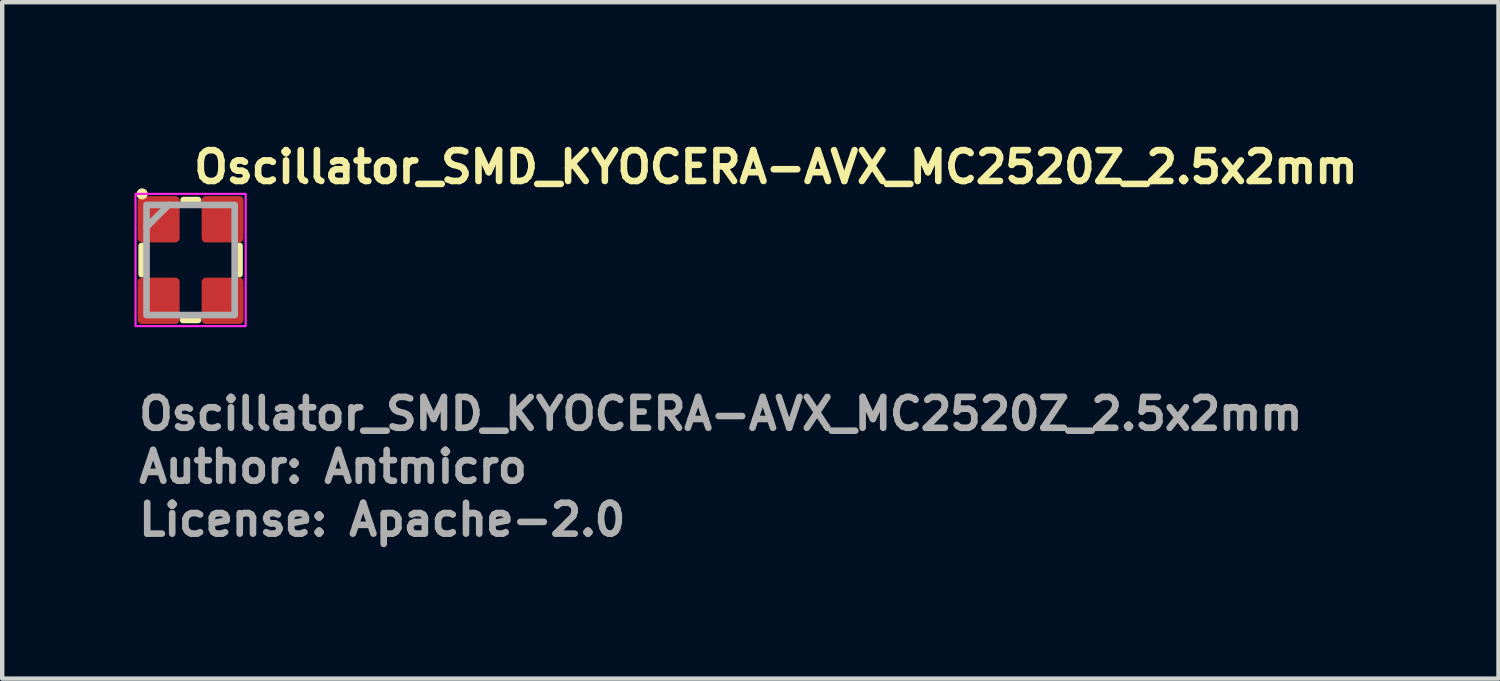
<source format=kicad_pcb>
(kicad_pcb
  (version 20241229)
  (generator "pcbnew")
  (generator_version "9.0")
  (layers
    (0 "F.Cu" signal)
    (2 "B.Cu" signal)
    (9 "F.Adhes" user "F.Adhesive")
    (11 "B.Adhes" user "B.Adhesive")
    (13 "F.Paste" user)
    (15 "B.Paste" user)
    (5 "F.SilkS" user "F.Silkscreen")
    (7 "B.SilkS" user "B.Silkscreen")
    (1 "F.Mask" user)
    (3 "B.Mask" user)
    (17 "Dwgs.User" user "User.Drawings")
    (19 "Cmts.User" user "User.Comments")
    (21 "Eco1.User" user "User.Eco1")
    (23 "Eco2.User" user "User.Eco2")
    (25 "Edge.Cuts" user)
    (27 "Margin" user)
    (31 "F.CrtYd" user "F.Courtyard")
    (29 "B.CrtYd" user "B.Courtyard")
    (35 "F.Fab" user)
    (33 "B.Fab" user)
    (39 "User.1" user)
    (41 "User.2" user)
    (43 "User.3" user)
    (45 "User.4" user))
  (footprint "Oscillator_SMD_KYOCERA-AVX_MC2520Z_2.5x2mm"
    (layer "F.Cu")
    (at 1.275 2.85)
    (property "Reference" "Oscillator_SMD_KYOCERA-AVX_MC2520Z_2.5x2mm" (at 0 -1.7 0) (layer "F.SilkS") (effects (font (size 0.7 0.7) (thickness 0.15)) (justify left bottom)))
    (attr smd)
    (fp_line (start -1.111 0.32) (end -1.111 -0.32) (stroke (width 0.15) (type solid)) (layer "F.SilkS"))
    (fp_line (start -0.172 1.36) (end 0.17 1.36) (stroke (width 0.15) (type solid)) (layer "F.SilkS"))
    (fp_line (start -0.16 -1.361) (end 0.17 -1.361) (stroke (width 0.15) (type solid)) (layer "F.SilkS"))
    (fp_line (start 1.11 0.32) (end 1.11 -0.32) (stroke (width 0.15) (type solid)) (layer "F.SilkS"))
    (fp_circle (center -1.1 -1.5) (end -1.049 -1.5) (stroke (width 0.15) (type solid)) (fill yes) (layer "F.SilkS"))
    (fp_rect (start -1.25 -1.5) (end 1.25 1.5) (stroke (width 0.05) (type solid)) (fill no) (layer "F.CrtYd"))
    (fp_line (start -1 -0.75) (end -0.5 -1.25) (stroke (width 0.15) (type solid)) (layer "F.Fab"))
    (fp_rect (start 1 1.249) (end -1 -1.25) (stroke (width 0.15) (type solid)) (fill no) (layer "F.Fab"))
    (fp_rect (start -1 -1.25) (end 0.998 1.249) (stroke (width 0.1) (type solid)) (fill no) (layer "User.5"))
    (fp_line (start -1 -1.151) (end -1 -0.202) (stroke (width 0.02) (type solid)) (layer "User.9"))
    (fp_line (start -1 -1.151) (end -0.996 -1.151) (stroke (width 0.02) (type solid)) (layer "User.9"))
    (fp_line (start -1 0.2) (end -1 1.148) (stroke (width 0.02) (type solid)) (layer "User.9"))
    (fp_line (start -1 0.2) (end -0.951 0.2) (stroke (width 0.02) (type solid)) (layer "User.9"))
    (fp_line (start -0.996 -1.151) (end -0.991 -1.151) (stroke (width 0.02) (type solid)) (layer "User.9"))
    (fp_line (start -0.996 1.15) (end -1 1.148) (stroke (width 0.02) (type solid)) (layer "User.9"))
    (fp_line (start -0.991 -1.151) (end -0.986 -1.153) (stroke (width 0.02) (type solid)) (layer "User.9"))
    (fp_line (start -0.991 1.15) (end -0.996 1.15) (stroke (width 0.02) (type solid)) (layer "User.9"))
    (fp_line (start -0.986 -1.153) (end -0.981 -1.153) (stroke (width 0.02) (type solid)) (layer "User.9"))
    (fp_line (start -0.986 1.15) (end -0.991 1.15) (stroke (width 0.02) (type solid)) (layer "User.9"))
    (fp_line (start -0.981 -1.153) (end -0.976 -1.154) (stroke (width 0.02) (type solid)) (layer "User.9"))
    (fp_line (start -0.981 1.15) (end -0.986 1.15) (stroke (width 0.02) (type solid)) (layer "User.9"))
    (fp_line (start -0.976 -1.154) (end -0.971 -1.156) (stroke (width 0.02) (type solid)) (layer "User.9"))
    (fp_line (start -0.976 1.153) (end -0.981 1.15) (stroke (width 0.02) (type solid)) (layer "User.9"))
    (fp_line (start -0.971 -1.156) (end -0.967 -1.156) (stroke (width 0.02) (type solid)) (layer "User.9"))
    (fp_line (start -0.971 1.153) (end -0.976 1.153) (stroke (width 0.02) (type solid)) (layer "User.9"))
    (fp_line (start -0.967 -1.156) (end -0.962 -1.158) (stroke (width 0.02) (type solid)) (layer "User.9"))
    (fp_line (start -0.967 1.155) (end -0.971 1.153) (stroke (width 0.02) (type solid)) (layer "User.9"))
    (fp_line (start -0.962 -1.158) (end -0.959 -1.16) (stroke (width 0.02) (type solid)) (layer "User.9"))
    (fp_line (start -0.962 1.157) (end -0.967 1.155) (stroke (width 0.02) (type solid)) (layer "User.9"))
    (fp_line (start -0.959 -1.16) (end -0.954 -1.162) (stroke (width 0.02) (type solid)) (layer "User.9"))
    (fp_line (start -0.959 1.159) (end -0.962 1.157) (stroke (width 0.02) (type solid)) (layer "User.9"))
    (fp_line (start -0.954 -1.162) (end -0.95 -1.166) (stroke (width 0.02) (type solid)) (layer "User.9"))
    (fp_line (start -0.954 1.161) (end -0.959 1.159) (stroke (width 0.02) (type solid)) (layer "User.9"))
    (fp_line (start -0.951 -1.065) (end -0.95 -1.073) (stroke (width 0.02) (type solid)) (layer "User.9"))
    (fp_line (start -0.951 -1.059) (end -0.951 -1.065) (stroke (width 0.02) (type solid)) (layer "User.9"))
    (fp_line (start -0.951 -1.051) (end -0.951 -1.059) (stroke (width 0.02) (type solid)) (layer "User.9"))
    (fp_line (start -0.951 -0.202) (end -1 -0.202) (stroke (width 0.02) (type solid)) (layer "User.9"))
    (fp_line (start -0.951 1.05) (end -0.951 -1.051) (stroke (width 0.02) (type solid)) (layer "User.9"))
    (fp_line (start -0.951 1.056) (end -0.951 1.05) (stroke (width 0.02) (type solid)) (layer "User.9"))
    (fp_line (start -0.951 1.064) (end -0.951 1.056) (stroke (width 0.02) (type solid)) (layer "User.9"))
    (fp_line (start -0.95 -1.166) (end -0.946 -1.168) (stroke (width 0.02) (type solid)) (layer "User.9"))
    (fp_line (start -0.95 -1.073) (end -0.949 -1.081) (stroke (width 0.02) (type solid)) (layer "User.9"))
    (fp_line (start -0.95 1.072) (end -0.951 1.064) (stroke (width 0.02) (type solid)) (layer "User.9"))
    (fp_line (start -0.95 1.163) (end -0.954 1.161) (stroke (width 0.02) (type solid)) (layer "User.9"))
    (fp_line (start -0.949 -1.081) (end -0.947 -1.087) (stroke (width 0.02) (type solid)) (layer "User.9"))
    (fp_line (start -0.949 1.078) (end -0.95 1.072) (stroke (width 0.02) (type solid)) (layer "User.9"))
    (fp_line (start -0.947 -1.087) (end -0.945 -1.095) (stroke (width 0.02) (type solid)) (layer "User.9"))
    (fp_line (start -0.947 1.086) (end -0.949 1.078) (stroke (width 0.02) (type solid)) (layer "User.9"))
    (fp_line (start -0.946 -1.168) (end -0.942 -1.17) (stroke (width 0.02) (type solid)) (layer "User.9"))
    (fp_line (start -0.946 1.165) (end -0.95 1.163) (stroke (width 0.02) (type solid)) (layer "User.9"))
    (fp_line (start -0.945 -1.095) (end -0.943 -1.101) (stroke (width 0.02) (type solid)) (layer "User.9"))
    (fp_line (start -0.945 1.092) (end -0.947 1.086) (stroke (width 0.02) (type solid)) (layer "User.9"))
    (fp_line (start -0.943 -1.101) (end -0.94 -1.109) (stroke (width 0.02) (type solid)) (layer "User.9"))
    (fp_line (start -0.943 1.1) (end -0.945 1.092) (stroke (width 0.02) (type solid)) (layer "User.9"))
    (fp_line (start -0.942 -1.17) (end -0.938 -1.174) (stroke (width 0.02) (type solid)) (layer "User.9"))
    (fp_line (start -0.942 1.169) (end -0.946 1.165) (stroke (width 0.02) (type solid)) (layer "User.9"))
    (fp_line (start -0.94 -1.109) (end -0.937 -1.115) (stroke (width 0.02) (type solid)) (layer "User.9"))
    (fp_line (start -0.94 1.106) (end -0.943 1.1) (stroke (width 0.02) (type solid)) (layer "User.9"))
    (fp_line (start -0.938 -1.174) (end -0.934 -1.176) (stroke (width 0.02) (type solid)) (layer "User.9"))
    (fp_line (start -0.938 1.171) (end -0.942 1.169) (stroke (width 0.02) (type solid)) (layer "User.9"))
    (fp_line (start -0.937 -1.115) (end -0.934 -1.121) (stroke (width 0.02) (type solid)) (layer "User.9"))
    (fp_line (start -0.937 1.114) (end -0.94 1.106) (stroke (width 0.02) (type solid)) (layer "User.9"))
    (fp_line (start -0.934 -1.176) (end -0.931 -1.18) (stroke (width 0.02) (type solid)) (layer "User.9"))
    (fp_line (start -0.934 -1.121) (end -0.93 -1.129) (stroke (width 0.02) (type solid)) (layer "User.9"))
    (fp_line (start -0.934 1.12) (end -0.937 1.114) (stroke (width 0.02) (type solid)) (layer "User.9"))
    (fp_line (start -0.934 1.175) (end -0.938 1.171) (stroke (width 0.02) (type solid)) (layer "User.9"))
    (fp_line (start -0.931 -1.18) (end -0.931 -1.18) (stroke (width 0.02) (type solid)) (layer "User.9"))
    (fp_line (start -0.931 -1.18) (end -0.927 -1.184) (stroke (width 0.02) (type solid)) (layer "User.9"))
    (fp_line (start -0.931 1.179) (end -0.934 1.175) (stroke (width 0.02) (type solid)) (layer "User.9"))
    (fp_line (start -0.931 1.179) (end -0.931 1.179) (stroke (width 0.02) (type solid)) (layer "User.9"))
    (fp_line (start -0.93 -1.129) (end -0.926 -1.135) (stroke (width 0.02) (type solid)) (layer "User.9"))
    (fp_line (start -0.93 1.126) (end -0.934 1.12) (stroke (width 0.02) (type solid)) (layer "User.9"))
    (fp_line (start -0.927 -1.184) (end -0.924 -1.188) (stroke (width 0.02) (type solid)) (layer "User.9"))
    (fp_line (start -0.927 1.181) (end -0.931 1.179) (stroke (width 0.02) (type solid)) (layer "User.9"))
    (fp_line (start -0.926 -1.135) (end -0.922 -1.141) (stroke (width 0.02) (type solid)) (layer "User.9"))
    (fp_line (start -0.926 1.132) (end -0.93 1.126) (stroke (width 0.02) (type solid)) (layer "User.9"))
    (fp_line (start -0.924 -1.188) (end -0.921 -1.192) (stroke (width 0.02) (type solid)) (layer "User.9"))
    (fp_line (start -0.924 1.185) (end -0.927 1.181) (stroke (width 0.02) (type solid)) (layer "User.9"))
    (fp_line (start -0.922 -1.141) (end -0.918 -1.147) (stroke (width 0.02) (type solid)) (layer "User.9"))
    (fp_line (start -0.922 1.138) (end -0.926 1.132) (stroke (width 0.02) (type solid)) (layer "User.9"))
    (fp_line (start -0.921 -1.192) (end -0.918 -1.196) (stroke (width 0.02) (type solid)) (layer "User.9"))
    (fp_line (start -0.921 1.189) (end -0.924 1.185) (stroke (width 0.02) (type solid)) (layer "User.9"))
    (fp_line (start -0.918 -1.196) (end -0.916 -1.2) (stroke (width 0.02) (type solid)) (layer "User.9"))
    (fp_line (start -0.918 -1.147) (end -0.913 -1.151) (stroke (width 0.02) (type solid)) (layer "User.9"))
    (fp_line (start -0.918 1.144) (end -0.922 1.138) (stroke (width 0.02) (type solid)) (layer "User.9"))
    (fp_line (start -0.918 1.193) (end -0.921 1.189) (stroke (width 0.02) (type solid)) (layer "User.9"))
    (fp_line (start -0.916 -1.2) (end -0.913 -1.204) (stroke (width 0.02) (type solid)) (layer "User.9"))
    (fp_line (start -0.916 1.197) (end -0.918 1.193) (stroke (width 0.02) (type solid)) (layer "User.9"))
    (fp_line (start -0.913 -1.204) (end -0.911 -1.208) (stroke (width 0.02) (type solid)) (layer "User.9"))
    (fp_line (start -0.913 -1.151) (end -0.908 -1.158) (stroke (width 0.02) (type solid)) (layer "User.9"))
    (fp_line (start -0.913 1.15) (end -0.918 1.144) (stroke (width 0.02) (type solid)) (layer "User.9"))
    (fp_line (start -0.913 1.201) (end -0.916 1.197) (stroke (width 0.02) (type solid)) (layer "User.9"))
    (fp_line (start -0.911 -1.208) (end -0.909 -1.212) (stroke (width 0.02) (type solid)) (layer "User.9"))
    (fp_line (start -0.911 1.207) (end -0.913 1.201) (stroke (width 0.02) (type solid)) (layer "User.9"))
    (fp_line (start -0.909 -1.212) (end -0.907 -1.218) (stroke (width 0.02) (type solid)) (layer "User.9"))
    (fp_line (start -0.909 1.211) (end -0.911 1.207) (stroke (width 0.02) (type solid)) (layer "User.9"))
    (fp_line (start -0.908 -1.158) (end -0.908 -1.158) (stroke (width 0.02) (type solid)) (layer "User.9"))
    (fp_line (start -0.908 -1.158) (end -0.902 -1.162) (stroke (width 0.02) (type solid)) (layer "User.9"))
    (fp_line (start -0.908 1.155) (end -0.913 1.15) (stroke (width 0.02) (type solid)) (layer "User.9"))
    (fp_line (start -0.908 1.155) (end -0.908 1.155) (stroke (width 0.02) (type solid)) (layer "User.9"))
    (fp_line (start -0.907 -1.218) (end -0.906 -1.222) (stroke (width 0.02) (type solid)) (layer "User.9"))
    (fp_line (start -0.907 1.215) (end -0.909 1.211) (stroke (width 0.02) (type solid)) (layer "User.9"))
    (fp_line (start -0.906 -1.222) (end -0.905 -1.226) (stroke (width 0.02) (type solid)) (layer "User.9"))
    (fp_line (start -0.906 1.219) (end -0.907 1.215) (stroke (width 0.02) (type solid)) (layer "User.9"))
    (fp_line (start -0.905 -1.226) (end -0.903 -1.232) (stroke (width 0.02) (type solid)) (layer "User.9"))
    (fp_line (start -0.905 1.225) (end -0.906 1.219) (stroke (width 0.02) (type solid)) (layer "User.9"))
    (fp_line (start -0.903 -1.236) (end -0.902 -1.242) (stroke (width 0.02) (type solid)) (layer "User.9"))
    (fp_line (start -0.903 -1.232) (end -0.903 -1.236) (stroke (width 0.02) (type solid)) (layer "User.9"))
    (fp_line (start -0.903 1.229) (end -0.905 1.225) (stroke (width 0.02) (type solid)) (layer "User.9"))
    (fp_line (start -0.903 1.235) (end -0.903 1.229) (stroke (width 0.02) (type solid)) (layer "User.9"))
    (fp_line (start -0.902 -1.246) (end -0.902 -1.25) (stroke (width 0.02) (type solid)) (layer "User.9"))
    (fp_line (start -0.902 -1.242) (end -0.902 -1.246) (stroke (width 0.02) (type solid)) (layer "User.9"))
    (fp_line (start -0.902 -1.162) (end -0.896 -1.168) (stroke (width 0.02) (type solid)) (layer "User.9"))
    (fp_line (start -0.902 -1.051) (end -0.902 1.05) (stroke (width 0.02) (type solid)) (layer "User.9"))
    (fp_line (start -0.902 1.05) (end -0.901 1.054) (stroke (width 0.02) (type solid)) (layer "User.9"))
    (fp_line (start -0.902 1.161) (end -0.908 1.155) (stroke (width 0.02) (type solid)) (layer "User.9"))
    (fp_line (start -0.902 1.239) (end -0.903 1.235) (stroke (width 0.02) (type solid)) (layer "User.9"))
    (fp_line (start -0.902 1.245) (end -0.902 1.239) (stroke (width 0.02) (type solid)) (layer "User.9"))
    (fp_line (start -0.902 1.249) (end -0.902 1.245) (stroke (width 0.02) (type solid)) (layer "User.9"))
    (fp_line (start -0.902 1.249) (end 0.9 1.249) (stroke (width 0.02) (type solid)) (layer "User.9"))
    (fp_line (start -0.901 -1.061) (end -0.901 -1.057) (stroke (width 0.02) (type solid)) (layer "User.9"))
    (fp_line (start -0.901 -1.057) (end -0.902 -1.051) (stroke (width 0.02) (type solid)) (layer "User.9"))
    (fp_line (start -0.901 1.054) (end -0.901 1.06) (stroke (width 0.02) (type solid)) (layer "User.9"))
    (fp_line (start -0.901 1.06) (end -0.9 1.064) (stroke (width 0.02) (type solid)) (layer "User.9"))
    (fp_line (start -0.9 -1.067) (end -0.901 -1.061) (stroke (width 0.02) (type solid)) (layer "User.9"))
    (fp_line (start -0.9 1.064) (end -0.899 1.07) (stroke (width 0.02) (type solid)) (layer "User.9"))
    (fp_line (start -0.899 -1.071) (end -0.9 -1.067) (stroke (width 0.02) (type solid)) (layer "User.9"))
    (fp_line (start -0.899 1.07) (end -0.898 1.074) (stroke (width 0.02) (type solid)) (layer "User.9"))
    (fp_line (start -0.898 -1.075) (end -0.899 -1.071) (stroke (width 0.02) (type solid)) (layer "User.9"))
    (fp_line (start -0.898 1.074) (end -0.896 1.078) (stroke (width 0.02) (type solid)) (layer "User.9"))
    (fp_line (start -0.896 -1.168) (end -0.89 -1.172) (stroke (width 0.02) (type solid)) (layer "User.9"))
    (fp_line (start -0.896 -1.081) (end -0.898 -1.075) (stroke (width 0.02) (type solid)) (layer "User.9"))
    (fp_line (start -0.896 1.078) (end -0.894 1.084) (stroke (width 0.02) (type solid)) (layer "User.9"))
    (fp_line (start -0.896 1.165) (end -0.902 1.161) (stroke (width 0.02) (type solid)) (layer "User.9"))
    (fp_line (start -0.894 -1.085) (end -0.896 -1.081) (stroke (width 0.02) (type solid)) (layer "User.9"))
    (fp_line (start -0.894 1.084) (end -0.893 1.088) (stroke (width 0.02) (type solid)) (layer "User.9"))
    (fp_line (start -0.893 -1.089) (end -0.894 -1.085) (stroke (width 0.02) (type solid)) (layer "User.9"))
    (fp_line (start -0.893 1.088) (end -0.891 1.092) (stroke (width 0.02) (type solid)) (layer "User.9"))
    (fp_line (start -0.891 -1.095) (end -0.893 -1.089) (stroke (width 0.02) (type solid)) (layer "User.9"))
    (fp_line (start -0.891 1.092) (end -0.888 1.096) (stroke (width 0.02) (type solid)) (layer "User.9"))
    (fp_line (start -0.89 -1.172) (end -0.884 -1.176) (stroke (width 0.02) (type solid)) (layer "User.9"))
    (fp_line (start -0.89 1.169) (end -0.896 1.165) (stroke (width 0.02) (type solid)) (layer "User.9"))
    (fp_line (start -0.888 -1.099) (end -0.891 -1.095) (stroke (width 0.02) (type solid)) (layer "User.9"))
    (fp_line (start -0.888 1.096) (end -0.886 1.1) (stroke (width 0.02) (type solid)) (layer "User.9"))
    (fp_line (start -0.886 -1.103) (end -0.888 -1.099) (stroke (width 0.02) (type solid)) (layer "User.9"))
    (fp_line (start -0.886 1.1) (end -0.883 1.104) (stroke (width 0.02) (type solid)) (layer "User.9"))
    (fp_line (start -0.884 -1.176) (end -0.878 -1.18) (stroke (width 0.02) (type solid)) (layer "User.9"))
    (fp_line (start -0.884 1.173) (end -0.89 1.169) (stroke (width 0.02) (type solid)) (layer "User.9"))
    (fp_line (start -0.883 -1.107) (end -0.886 -1.103) (stroke (width 0.02) (type solid)) (layer "User.9"))
    (fp_line (start -0.883 1.104) (end -0.881 1.108) (stroke (width 0.02) (type solid)) (layer "User.9"))
    (fp_line (start -0.881 -1.111) (end -0.883 -1.107) (stroke (width 0.02) (type solid)) (layer "User.9"))
    (fp_line (start -0.881 1.108) (end -0.878 1.112) (stroke (width 0.02) (type solid)) (layer "User.9"))
    (fp_line (start -0.878 -1.18) (end -0.871 -1.184) (stroke (width 0.02) (type solid)) (layer "User.9"))
    (fp_line (start -0.878 -1.115) (end -0.881 -1.111) (stroke (width 0.02) (type solid)) (layer "User.9"))
    (fp_line (start -0.878 1.112) (end -0.875 1.116) (stroke (width 0.02) (type solid)) (layer "User.9"))
    (fp_line (start -0.878 1.177) (end -0.884 1.173) (stroke (width 0.02) (type solid)) (layer "User.9"))
    (fp_line (start -0.875 -1.119) (end -0.878 -1.115) (stroke (width 0.02) (type solid)) (layer "User.9"))
    (fp_line (start -0.875 1.116) (end -0.871 1.12) (stroke (width 0.02) (type solid)) (layer "User.9"))
    (fp_line (start -0.871 -1.184) (end -0.865 -1.186) (stroke (width 0.02) (type solid)) (layer "User.9"))
    (fp_line (start -0.871 -1.121) (end -0.875 -1.119) (stroke (width 0.02) (type solid)) (layer "User.9"))
    (fp_line (start -0.871 1.12) (end -0.868 1.124) (stroke (width 0.02) (type solid)) (layer "User.9"))
    (fp_line (start -0.871 1.181) (end -0.878 1.177) (stroke (width 0.02) (type solid)) (layer "User.9"))
    (fp_line (start -0.868 -1.125) (end -0.871 -1.121) (stroke (width 0.02) (type solid)) (layer "User.9"))
    (fp_line (start -0.868 1.124) (end -0.864 1.126) (stroke (width 0.02) (type solid)) (layer "User.9"))
    (fp_line (start -0.865 -1.186) (end -0.858 -1.19) (stroke (width 0.02) (type solid)) (layer "User.9"))
    (fp_line (start -0.865 1.185) (end -0.871 1.181) (stroke (width 0.02) (type solid)) (layer "User.9"))
    (fp_line (start -0.864 -1.129) (end -0.868 -1.125) (stroke (width 0.02) (type solid)) (layer "User.9"))
    (fp_line (start -0.864 1.126) (end -0.86 1.13) (stroke (width 0.02) (type solid)) (layer "User.9"))
    (fp_line (start -0.86 -1.131) (end -0.864 -1.129) (stroke (width 0.02) (type solid)) (layer "User.9"))
    (fp_line (start -0.86 1.13) (end -0.856 1.132) (stroke (width 0.02) (type solid)) (layer "User.9"))
    (fp_line (start -0.858 -1.19) (end -0.851 -1.192) (stroke (width 0.02) (type solid)) (layer "User.9"))
    (fp_line (start -0.858 1.187) (end -0.865 1.185) (stroke (width 0.02) (type solid)) (layer "User.9"))
    (fp_line (start -0.856 -1.133) (end -0.86 -1.131) (stroke (width 0.02) (type solid)) (layer "User.9"))
    (fp_line (start -0.856 1.132) (end -0.852 1.134) (stroke (width 0.02) (type solid)) (layer "User.9"))
    (fp_line (start -0.852 -1.137) (end -0.856 -1.133) (stroke (width 0.02) (type solid)) (layer "User.9"))
    (fp_line (start -0.852 1.134) (end -0.848 1.136) (stroke (width 0.02) (type solid)) (layer "User.9"))
    (fp_line (start -0.851 -1.192) (end -0.844 -1.194) (stroke (width 0.02) (type solid)) (layer "User.9"))
    (fp_line (start -0.851 1.191) (end -0.858 1.187) (stroke (width 0.02) (type solid)) (layer "User.9"))
    (fp_line (start -0.848 -1.139) (end -0.852 -1.137) (stroke (width 0.02) (type solid)) (layer "User.9"))
    (fp_line (start -0.848 1.136) (end -0.844 1.14) (stroke (width 0.02) (type solid)) (layer "User.9"))
    (fp_line (start -0.844 -1.194) (end -0.837 -1.196) (stroke (width 0.02) (type solid)) (layer "User.9"))
    (fp_line (start -0.844 -1.141) (end -0.848 -1.139) (stroke (width 0.02) (type solid)) (layer "User.9"))
    (fp_line (start -0.844 1.14) (end -0.839 1.142) (stroke (width 0.02) (type solid)) (layer "User.9"))
    (fp_line (start -0.844 1.193) (end -0.851 1.191) (stroke (width 0.02) (type solid)) (layer "User.9"))
    (fp_line (start -0.839 -1.143) (end -0.844 -1.141) (stroke (width 0.02) (type solid)) (layer "User.9"))
    (fp_line (start -0.839 1.142) (end -0.835 1.142) (stroke (width 0.02) (type solid)) (layer "User.9"))
    (fp_line (start -0.837 -1.196) (end -0.831 -1.198) (stroke (width 0.02) (type solid)) (layer "User.9"))
    (fp_line (start -0.837 1.195) (end -0.844 1.193) (stroke (width 0.02) (type solid)) (layer "User.9"))
    (fp_line (start -0.835 -1.145) (end -0.839 -1.143) (stroke (width 0.02) (type solid)) (layer "User.9"))
    (fp_line (start -0.835 1.142) (end -0.831 1.144) (stroke (width 0.02) (type solid)) (layer "User.9"))
    (fp_line (start -0.831 -1.198) (end -0.824 -1.2) (stroke (width 0.02) (type solid)) (layer "User.9"))
    (fp_line (start -0.831 -1.147) (end -0.835 -1.145) (stroke (width 0.02) (type solid)) (layer "User.9"))
    (fp_line (start -0.831 1.144) (end -0.826 1.146) (stroke (width 0.02) (type solid)) (layer "User.9"))
    (fp_line (start -0.831 1.197) (end -0.837 1.195) (stroke (width 0.02) (type solid)) (layer "User.9"))
    (fp_line (start -0.826 -1.147) (end -0.831 -1.147) (stroke (width 0.02) (type solid)) (layer "User.9"))
    (fp_line (start -0.826 1.146) (end -0.822 1.146) (stroke (width 0.02) (type solid)) (layer "User.9"))
    (fp_line (start -0.824 -1.2) (end -0.816 -1.2) (stroke (width 0.02) (type solid)) (layer "User.9"))
    (fp_line (start -0.824 1.197) (end -0.831 1.197) (stroke (width 0.02) (type solid)) (layer "User.9"))
    (fp_line (start -0.822 -1.149) (end -0.826 -1.147) (stroke (width 0.02) (type solid)) (layer "User.9"))
    (fp_line (start -0.822 1.146) (end -0.817 1.148) (stroke (width 0.02) (type solid)) (layer "User.9"))
    (fp_line (start -0.817 -1.149) (end -0.822 -1.149) (stroke (width 0.02) (type solid)) (layer "User.9"))
    (fp_line (start -0.817 1.148) (end -0.812 1.148) (stroke (width 0.02) (type solid)) (layer "User.9"))
    (fp_line (start -0.816 -1.2) (end -0.809 -1.2) (stroke (width 0.02) (type solid)) (layer "User.9"))
    (fp_line (start -0.816 1.199) (end -0.824 1.197) (stroke (width 0.02) (type solid)) (layer "User.9"))
    (fp_line (start -0.812 -1.151) (end -0.817 -1.149) (stroke (width 0.02) (type solid)) (layer "User.9"))
    (fp_line (start -0.812 1.148) (end -0.807 1.148) (stroke (width 0.02) (type solid)) (layer "User.9"))
    (fp_line (start -0.809 -1.2) (end -0.802 -1.2) (stroke (width 0.02) (type solid)) (layer "User.9"))
    (fp_line (start -0.809 1.199) (end -0.816 1.199) (stroke (width 0.02) (type solid)) (layer "User.9"))
    (fp_line (start -0.807 -1.151) (end -0.812 -1.151) (stroke (width 0.02) (type solid)) (layer "User.9"))
    (fp_line (start -0.807 1.148) (end -0.802 1.148) (stroke (width 0.02) (type solid)) (layer "User.9"))
    (fp_line (start -0.802 -1.2) (end 0.8 -1.2) (stroke (width 0.02) (type solid)) (layer "User.9"))
    (fp_line (start -0.802 -1.151) (end -0.807 -1.151) (stroke (width 0.02) (type solid)) (layer "User.9"))
    (fp_line (start -0.802 1.148) (end 0.8 1.148) (stroke (width 0.02) (type solid)) (layer "User.9"))
    (fp_line (start -0.802 1.199) (end -0.809 1.199) (stroke (width 0.02) (type solid)) (layer "User.9"))
    (fp_line (start 0.8 -1.2) (end 0.807 -1.2) (stroke (width 0.02) (type solid)) (layer "User.9"))
    (fp_line (start 0.8 -1.151) (end -0.802 -1.151) (stroke (width 0.02) (type solid)) (layer "User.9"))
    (fp_line (start 0.8 1.148) (end 0.805 1.148) (stroke (width 0.02) (type solid)) (layer "User.9"))
    (fp_line (start 0.8 1.199) (end -0.802 1.199) (stroke (width 0.02) (type solid)) (layer "User.9"))
    (fp_line (start 0.805 -1.151) (end 0.8 -1.151) (stroke (width 0.02) (type solid)) (layer "User.9"))
    (fp_line (start 0.805 1.148) (end 0.81 1.148) (stroke (width 0.02) (type solid)) (layer "User.9"))
    (fp_line (start 0.807 -1.2) (end 0.814 -1.2) (stroke (width 0.02) (type solid)) (layer "User.9"))
    (fp_line (start 0.807 1.199) (end 0.8 1.199) (stroke (width 0.02) (type solid)) (layer "User.9"))
    (fp_line (start 0.81 -1.151) (end 0.805 -1.151) (stroke (width 0.02) (type solid)) (layer "User.9"))
    (fp_line (start 0.81 1.148) (end 0.815 1.148) (stroke (width 0.02) (type solid)) (layer "User.9"))
    (fp_line (start 0.814 -1.2) (end 0.822 -1.2) (stroke (width 0.02) (type solid)) (layer "User.9"))
    (fp_line (start 0.814 1.199) (end 0.807 1.199) (stroke (width 0.02) (type solid)) (layer "User.9"))
    (fp_line (start 0.815 -1.149) (end 0.81 -1.151) (stroke (width 0.02) (type solid)) (layer "User.9"))
    (fp_line (start 0.815 1.148) (end 0.82 1.146) (stroke (width 0.02) (type solid)) (layer "User.9"))
    (fp_line (start 0.82 -1.149) (end 0.815 -1.149) (stroke (width 0.02) (type solid)) (layer "User.9"))
    (fp_line (start 0.82 1.146) (end 0.824 1.146) (stroke (width 0.02) (type solid)) (layer "User.9"))
    (fp_line (start 0.822 -1.2) (end 0.829 -1.198) (stroke (width 0.02) (type solid)) (layer "User.9"))
    (fp_line (start 0.822 1.197) (end 0.814 1.199) (stroke (width 0.02) (type solid)) (layer "User.9"))
    (fp_line (start 0.824 -1.147) (end 0.82 -1.149) (stroke (width 0.02) (type solid)) (layer "User.9"))
    (fp_line (start 0.824 1.146) (end 0.829 1.144) (stroke (width 0.02) (type solid)) (layer "User.9"))
    (fp_line (start 0.829 -1.198) (end 0.835 -1.196) (stroke (width 0.02) (type solid)) (layer "User.9"))
    (fp_line (start 0.829 -1.147) (end 0.824 -1.147) (stroke (width 0.02) (type solid)) (layer "User.9"))
    (fp_line (start 0.829 1.144) (end 0.833 1.142) (stroke (width 0.02) (type solid)) (layer "User.9"))
    (fp_line (start 0.829 1.197) (end 0.822 1.197) (stroke (width 0.02) (type solid)) (layer "User.9"))
    (fp_line (start 0.833 -1.145) (end 0.829 -1.147) (stroke (width 0.02) (type solid)) (layer "User.9"))
    (fp_line (start 0.833 1.142) (end 0.837 1.142) (stroke (width 0.02) (type solid)) (layer "User.9"))
    (fp_line (start 0.835 -1.196) (end 0.842 -1.194) (stroke (width 0.02) (type solid)) (layer "User.9"))
    (fp_line (start 0.835 1.195) (end 0.829 1.197) (stroke (width 0.02) (type solid)) (layer "User.9"))
    (fp_line (start 0.837 -1.143) (end 0.833 -1.145) (stroke (width 0.02) (type solid)) (layer "User.9"))
    (fp_line (start 0.837 1.142) (end 0.842 1.14) (stroke (width 0.02) (type solid)) (layer "User.9"))
    (fp_line (start 0.842 -1.194) (end 0.849 -1.192) (stroke (width 0.02) (type solid)) (layer "User.9"))
    (fp_line (start 0.842 -1.141) (end 0.837 -1.143) (stroke (width 0.02) (type solid)) (layer "User.9"))
    (fp_line (start 0.842 1.14) (end 0.846 1.136) (stroke (width 0.02) (type solid)) (layer "User.9"))
    (fp_line (start 0.842 1.193) (end 0.835 1.195) (stroke (width 0.02) (type solid)) (layer "User.9"))
    (fp_line (start 0.846 -1.139) (end 0.842 -1.141) (stroke (width 0.02) (type solid)) (layer "User.9"))
    (fp_line (start 0.846 1.136) (end 0.85 1.134) (stroke (width 0.02) (type solid)) (layer "User.9"))
    (fp_line (start 0.849 -1.192) (end 0.856 -1.19) (stroke (width 0.02) (type solid)) (layer "User.9"))
    (fp_line (start 0.849 1.191) (end 0.842 1.193) (stroke (width 0.02) (type solid)) (layer "User.9"))
    (fp_line (start 0.85 -1.137) (end 0.846 -1.139) (stroke (width 0.02) (type solid)) (layer "User.9"))
    (fp_line (start 0.85 1.134) (end 0.854 1.132) (stroke (width 0.02) (type solid)) (layer "User.9"))
    (fp_line (start 0.854 -1.133) (end 0.85 -1.137) (stroke (width 0.02) (type solid)) (layer "User.9"))
    (fp_line (start 0.854 1.132) (end 0.858 1.13) (stroke (width 0.02) (type solid)) (layer "User.9"))
    (fp_line (start 0.856 -1.19) (end 0.863 -1.186) (stroke (width 0.02) (type solid)) (layer "User.9"))
    (fp_line (start 0.856 1.187) (end 0.849 1.191) (stroke (width 0.02) (type solid)) (layer "User.9"))
    (fp_line (start 0.858 -1.131) (end 0.854 -1.133) (stroke (width 0.02) (type solid)) (layer "User.9"))
    (fp_line (start 0.858 1.13) (end 0.862 1.126) (stroke (width 0.02) (type solid)) (layer "User.9"))
    (fp_line (start 0.862 -1.129) (end 0.858 -1.131) (stroke (width 0.02) (type solid)) (layer "User.9"))
    (fp_line (start 0.862 1.126) (end 0.866 1.124) (stroke (width 0.02) (type solid)) (layer "User.9"))
    (fp_line (start 0.863 -1.186) (end 0.869 -1.184) (stroke (width 0.02) (type solid)) (layer "User.9"))
    (fp_line (start 0.863 1.185) (end 0.856 1.187) (stroke (width 0.02) (type solid)) (layer "User.9"))
    (fp_line (start 0.866 -1.125) (end 0.862 -1.129) (stroke (width 0.02) (type solid)) (layer "User.9"))
    (fp_line (start 0.866 1.124) (end 0.869 1.12) (stroke (width 0.02) (type solid)) (layer "User.9"))
    (fp_line (start 0.869 -1.184) (end 0.876 -1.18) (stroke (width 0.02) (type solid)) (layer "User.9"))
    (fp_line (start 0.869 -1.121) (end 0.866 -1.125) (stroke (width 0.02) (type solid)) (layer "User.9"))
    (fp_line (start 0.869 1.12) (end 0.873 1.116) (stroke (width 0.02) (type solid)) (layer "User.9"))
    (fp_line (start 0.869 1.181) (end 0.863 1.185) (stroke (width 0.02) (type solid)) (layer "User.9"))
    (fp_line (start 0.873 -1.119) (end 0.869 -1.121) (stroke (width 0.02) (type solid)) (layer "User.9"))
    (fp_line (start 0.873 1.116) (end 0.876 1.112) (stroke (width 0.02) (type solid)) (layer "User.9"))
    (fp_line (start 0.876 -1.18) (end 0.882 -1.176) (stroke (width 0.02) (type solid)) (layer "User.9"))
    (fp_line (start 0.876 -1.115) (end 0.873 -1.119) (stroke (width 0.02) (type solid)) (layer "User.9"))
    (fp_line (start 0.876 1.112) (end 0.879 1.108) (stroke (width 0.02) (type solid)) (layer "User.9"))
    (fp_line (start 0.876 1.177) (end 0.869 1.181) (stroke (width 0.02) (type solid)) (layer "User.9"))
    (fp_line (start 0.879 -1.111) (end 0.876 -1.115) (stroke (width 0.02) (type solid)) (layer "User.9"))
    (fp_line (start 0.879 1.108) (end 0.881 1.104) (stroke (width 0.02) (type solid)) (layer "User.9"))
    (fp_line (start 0.881 -1.107) (end 0.879 -1.111) (stroke (width 0.02) (type solid)) (layer "User.9"))
    (fp_line (start 0.881 1.104) (end 0.884 1.1) (stroke (width 0.02) (type solid)) (layer "User.9"))
    (fp_line (start 0.882 -1.176) (end 0.888 -1.172) (stroke (width 0.02) (type solid)) (layer "User.9"))
    (fp_line (start 0.882 1.173) (end 0.876 1.177) (stroke (width 0.02) (type solid)) (layer "User.9"))
    (fp_line (start 0.884 -1.103) (end 0.881 -1.107) (stroke (width 0.02) (type solid)) (layer "User.9"))
    (fp_line (start 0.884 1.1) (end 0.886 1.096) (stroke (width 0.02) (type solid)) (layer "User.9"))
    (fp_line (start 0.886 -1.099) (end 0.884 -1.103) (stroke (width 0.02) (type solid)) (layer "User.9"))
    (fp_line (start 0.886 1.096) (end 0.889 1.092) (stroke (width 0.02) (type solid)) (layer "User.9"))
    (fp_line (start 0.888 -1.172) (end 0.894 -1.168) (stroke (width 0.02) (type solid)) (layer "User.9"))
    (fp_line (start 0.888 1.169) (end 0.882 1.173) (stroke (width 0.02) (type solid)) (layer "User.9"))
    (fp_line (start 0.889 -1.095) (end 0.886 -1.099) (stroke (width 0.02) (type solid)) (layer "User.9"))
    (fp_line (start 0.889 1.092) (end 0.891 1.088) (stroke (width 0.02) (type solid)) (layer "User.9"))
    (fp_line (start 0.891 -1.089) (end 0.889 -1.095) (stroke (width 0.02) (type solid)) (layer "User.9"))
    (fp_line (start 0.891 1.088) (end 0.892 1.084) (stroke (width 0.02) (type solid)) (layer "User.9"))
    (fp_line (start 0.892 -1.085) (end 0.891 -1.089) (stroke (width 0.02) (type solid)) (layer "User.9"))
    (fp_line (start 0.892 1.084) (end 0.894 1.078) (stroke (width 0.02) (type solid)) (layer "User.9"))
    (fp_line (start 0.894 -1.168) (end 0.9 -1.162) (stroke (width 0.02) (type solid)) (layer "User.9"))
    (fp_line (start 0.894 -1.081) (end 0.892 -1.085) (stroke (width 0.02) (type solid)) (layer "User.9"))
    (fp_line (start 0.894 1.078) (end 0.896 1.074) (stroke (width 0.02) (type solid)) (layer "User.9"))
    (fp_line (start 0.894 1.165) (end 0.888 1.169) (stroke (width 0.02) (type solid)) (layer "User.9"))
    (fp_line (start 0.896 -1.075) (end 0.894 -1.081) (stroke (width 0.02) (type solid)) (layer "User.9"))
    (fp_line (start 0.896 1.074) (end 0.897 1.07) (stroke (width 0.02) (type solid)) (layer "User.9"))
    (fp_line (start 0.897 -1.071) (end 0.896 -1.075) (stroke (width 0.02) (type solid)) (layer "User.9"))
    (fp_line (start 0.897 1.07) (end 0.898 1.064) (stroke (width 0.02) (type solid)) (layer "User.9"))
    (fp_line (start 0.898 -1.067) (end 0.897 -1.071) (stroke (width 0.02) (type solid)) (layer "User.9"))
    (fp_line (start 0.898 1.064) (end 0.899 1.06) (stroke (width 0.02) (type solid)) (layer "User.9"))
    (fp_line (start 0.899 -1.061) (end 0.898 -1.067) (stroke (width 0.02) (type solid)) (layer "User.9"))
    (fp_line (start 0.899 -1.057) (end 0.899 -1.061) (stroke (width 0.02) (type solid)) (layer "User.9"))
    (fp_line (start 0.899 1.054) (end 0.9 1.05) (stroke (width 0.02) (type solid)) (layer "User.9"))
    (fp_line (start 0.899 1.06) (end 0.899 1.054) (stroke (width 0.02) (type solid)) (layer "User.9"))
    (fp_line (start 0.9 -1.25) (end -0.902 -1.25) (stroke (width 0.02) (type solid)) (layer "User.9"))
    (fp_line (start 0.9 -1.25) (end 0.9 -1.246) (stroke (width 0.02) (type solid)) (layer "User.9"))
    (fp_line (start 0.9 -1.246) (end 0.9 -1.242) (stroke (width 0.02) (type solid)) (layer "User.9"))
    (fp_line (start 0.9 -1.242) (end 0.901 -1.236) (stroke (width 0.02) (type solid)) (layer "User.9"))
    (fp_line (start 0.9 -1.162) (end 0.906 -1.158) (stroke (width 0.02) (type solid)) (layer "User.9"))
    (fp_line (start 0.9 -1.051) (end 0.899 -1.057) (stroke (width 0.02) (type solid)) (layer "User.9"))
    (fp_line (start 0.9 1.05) (end 0.9 -1.051) (stroke (width 0.02) (type solid)) (layer "User.9"))
    (fp_line (start 0.9 1.161) (end 0.894 1.165) (stroke (width 0.02) (type solid)) (layer "User.9"))
    (fp_line (start 0.9 1.239) (end 0.9 1.245) (stroke (width 0.02) (type solid)) (layer "User.9"))
    (fp_line (start 0.9 1.245) (end 0.9 1.249) (stroke (width 0.02) (type solid)) (layer "User.9"))
    (fp_line (start 0.901 -1.236) (end 0.901 -1.232) (stroke (width 0.02) (type solid)) (layer "User.9"))
    (fp_line (start 0.901 -1.232) (end 0.903 -1.226) (stroke (width 0.02) (type solid)) (layer "User.9"))
    (fp_line (start 0.901 1.229) (end 0.901 1.235) (stroke (width 0.02) (type solid)) (layer "User.9"))
    (fp_line (start 0.901 1.235) (end 0.9 1.239) (stroke (width 0.02) (type solid)) (layer "User.9"))
    (fp_line (start 0.903 -1.226) (end 0.904 -1.222) (stroke (width 0.02) (type solid)) (layer "User.9"))
    (fp_line (start 0.903 1.225) (end 0.901 1.229) (stroke (width 0.02) (type solid)) (layer "User.9"))
    (fp_line (start 0.904 -1.222) (end 0.905 -1.218) (stroke (width 0.02) (type solid)) (layer "User.9"))
    (fp_line (start 0.904 1.219) (end 0.903 1.225) (stroke (width 0.02) (type solid)) (layer "User.9"))
    (fp_line (start 0.905 -1.218) (end 0.907 -1.212) (stroke (width 0.02) (type solid)) (layer "User.9"))
    (fp_line (start 0.905 1.215) (end 0.904 1.219) (stroke (width 0.02) (type solid)) (layer "User.9"))
    (fp_line (start 0.906 -1.158) (end 0.906 -1.158) (stroke (width 0.02) (type solid)) (layer "User.9"))
    (fp_line (start 0.906 -1.158) (end 0.911 -1.151) (stroke (width 0.02) (type solid)) (layer "User.9"))
    (fp_line (start 0.906 1.155) (end 0.9 1.161) (stroke (width 0.02) (type solid)) (layer "User.9"))
    (fp_line (start 0.906 1.155) (end 0.906 1.155) (stroke (width 0.02) (type solid)) (layer "User.9"))
    (fp_line (start 0.907 -1.212) (end 0.909 -1.208) (stroke (width 0.02) (type solid)) (layer "User.9"))
    (fp_line (start 0.907 1.211) (end 0.905 1.215) (stroke (width 0.02) (type solid)) (layer "User.9"))
    (fp_line (start 0.909 -1.208) (end 0.911 -1.204) (stroke (width 0.02) (type solid)) (layer "User.9"))
    (fp_line (start 0.909 1.207) (end 0.907 1.211) (stroke (width 0.02) (type solid)) (layer "User.9"))
    (fp_line (start 0.911 -1.204) (end 0.914 -1.2) (stroke (width 0.02) (type solid)) (layer "User.9"))
    (fp_line (start 0.911 -1.151) (end 0.916 -1.147) (stroke (width 0.02) (type solid)) (layer "User.9"))
    (fp_line (start 0.911 1.15) (end 0.906 1.155) (stroke (width 0.02) (type solid)) (layer "User.9"))
    (fp_line (start 0.911 1.201) (end 0.909 1.207) (stroke (width 0.02) (type solid)) (layer "User.9"))
    (fp_line (start 0.914 -1.2) (end 0.916 -1.196) (stroke (width 0.02) (type solid)) (layer "User.9"))
    (fp_line (start 0.914 1.197) (end 0.911 1.201) (stroke (width 0.02) (type solid)) (layer "User.9"))
    (fp_line (start 0.916 -1.196) (end 0.919 -1.192) (stroke (width 0.02) (type solid)) (layer "User.9"))
    (fp_line (start 0.916 -1.147) (end 0.92 -1.141) (stroke (width 0.02) (type solid)) (layer "User.9"))
    (fp_line (start 0.916 1.144) (end 0.911 1.15) (stroke (width 0.02) (type solid)) (layer "User.9"))
    (fp_line (start 0.916 1.193) (end 0.914 1.197) (stroke (width 0.02) (type solid)) (layer "User.9"))
    (fp_line (start 0.919 -1.192) (end 0.922 -1.188) (stroke (width 0.02) (type solid)) (layer "User.9"))
    (fp_line (start 0.919 1.189) (end 0.916 1.193) (stroke (width 0.02) (type solid)) (layer "User.9"))
    (fp_line (start 0.92 -1.141) (end 0.924 -1.135) (stroke (width 0.02) (type solid)) (layer "User.9"))
    (fp_line (start 0.92 1.138) (end 0.916 1.144) (stroke (width 0.02) (type solid)) (layer "User.9"))
    (fp_line (start 0.922 -1.188) (end 0.925 -1.184) (stroke (width 0.02) (type solid)) (layer "User.9"))
    (fp_line (start 0.922 1.185) (end 0.919 1.189) (stroke (width 0.02) (type solid)) (layer "User.9"))
    (fp_line (start 0.924 -1.135) (end 0.928 -1.129) (stroke (width 0.02) (type solid)) (layer "User.9"))
    (fp_line (start 0.924 1.132) (end 0.92 1.138) (stroke (width 0.02) (type solid)) (layer "User.9"))
    (fp_line (start 0.925 -1.184) (end 0.929 -1.18) (stroke (width 0.02) (type solid)) (layer "User.9"))
    (fp_line (start 0.925 1.181) (end 0.922 1.185) (stroke (width 0.02) (type solid)) (layer "User.9"))
    (fp_line (start 0.928 -1.129) (end 0.932 -1.121) (stroke (width 0.02) (type solid)) (layer "User.9"))
    (fp_line (start 0.928 1.126) (end 0.924 1.132) (stroke (width 0.02) (type solid)) (layer "User.9"))
    (fp_line (start 0.929 -1.18) (end 0.929 -1.18) (stroke (width 0.02) (type solid)) (layer "User.9"))
    (fp_line (start 0.929 -1.18) (end 0.932 -1.176) (stroke (width 0.02) (type solid)) (layer "User.9"))
    (fp_line (start 0.929 1.179) (end 0.925 1.181) (stroke (width 0.02) (type solid)) (layer "User.9"))
    (fp_line (start 0.929 1.179) (end 0.929 1.179) (stroke (width 0.02) (type solid)) (layer "User.9"))
    (fp_line (start 0.932 -1.176) (end 0.936 -1.174) (stroke (width 0.02) (type solid)) (layer "User.9"))
    (fp_line (start 0.932 -1.121) (end 0.935 -1.115) (stroke (width 0.02) (type solid)) (layer "User.9"))
    (fp_line (start 0.932 1.12) (end 0.928 1.126) (stroke (width 0.02) (type solid)) (layer "User.9"))
    (fp_line (start 0.932 1.175) (end 0.929 1.179) (stroke (width 0.02) (type solid)) (layer "User.9"))
    (fp_line (start 0.935 -1.115) (end 0.938 -1.109) (stroke (width 0.02) (type solid)) (layer "User.9"))
    (fp_line (start 0.935 1.114) (end 0.932 1.12) (stroke (width 0.02) (type solid)) (layer "User.9"))
    (fp_line (start 0.936 -1.174) (end 0.94 -1.17) (stroke (width 0.02) (type solid)) (layer "User.9"))
    (fp_line (start 0.936 1.171) (end 0.932 1.175) (stroke (width 0.02) (type solid)) (layer "User.9"))
    (fp_line (start 0.938 -1.109) (end 0.941 -1.101) (stroke (width 0.02) (type solid)) (layer "User.9"))
    (fp_line (start 0.938 1.106) (end 0.935 1.114) (stroke (width 0.02) (type solid)) (layer "User.9"))
    (fp_line (start 0.94 -1.17) (end 0.944 -1.168) (stroke (width 0.02) (type solid)) (layer "User.9"))
    (fp_line (start 0.94 1.169) (end 0.936 1.171) (stroke (width 0.02) (type solid)) (layer "User.9"))
    (fp_line (start 0.941 -1.101) (end 0.943 -1.095) (stroke (width 0.02) (type solid)) (layer "User.9"))
    (fp_line (start 0.941 1.1) (end 0.938 1.106) (stroke (width 0.02) (type solid)) (layer "User.9"))
    (fp_line (start 0.943 -1.095) (end 0.945 -1.087) (stroke (width 0.02) (type solid)) (layer "User.9"))
    (fp_line (start 0.943 1.092) (end 0.941 1.1) (stroke (width 0.02) (type solid)) (layer "User.9"))
    (fp_line (start 0.944 -1.168) (end 0.948 -1.166) (stroke (width 0.02) (type solid)) (layer "User.9"))
    (fp_line (start 0.944 1.165) (end 0.94 1.169) (stroke (width 0.02) (type solid)) (layer "User.9"))
    (fp_line (start 0.945 -1.087) (end 0.947 -1.081) (stroke (width 0.02) (type solid)) (layer "User.9"))
    (fp_line (start 0.945 1.086) (end 0.943 1.092) (stroke (width 0.02) (type solid)) (layer "User.9"))
    (fp_line (start 0.947 -1.081) (end 0.948 -1.073) (stroke (width 0.02) (type solid)) (layer "User.9"))
    (fp_line (start 0.947 1.078) (end 0.945 1.086) (stroke (width 0.02) (type solid)) (layer "User.9"))
    (fp_line (start 0.948 -1.166) (end 0.952 -1.162) (stroke (width 0.02) (type solid)) (layer "User.9"))
    (fp_line (start 0.948 -1.073) (end 0.949 -1.065) (stroke (width 0.02) (type solid)) (layer "User.9"))
    (fp_line (start 0.948 1.072) (end 0.947 1.078) (stroke (width 0.02) (type solid)) (layer "User.9"))
    (fp_line (start 0.948 1.163) (end 0.944 1.165) (stroke (width 0.02) (type solid)) (layer "User.9"))
    (fp_line (start 0.949 -1.065) (end 0.949 -1.059) (stroke (width 0.02) (type solid)) (layer "User.9"))
    (fp_line (start 0.949 -1.059) (end 0.949 -1.051) (stroke (width 0.02) (type solid)) (layer "User.9"))
    (fp_line (start 0.949 -1.051) (end 0.949 1.05) (stroke (width 0.02) (type solid)) (layer "User.9"))
    (fp_line (start 0.949 0.2) (end 0.998 0.2) (stroke (width 0.02) (type solid)) (layer "User.9"))
    (fp_line (start 0.949 1.05) (end 0.949 1.056) (stroke (width 0.02) (type solid)) (layer "User.9"))
    (fp_line (start 0.949 1.056) (end 0.949 1.064) (stroke (width 0.02) (type solid)) (layer "User.9"))
    (fp_line (start 0.949 1.064) (end 0.948 1.072) (stroke (width 0.02) (type solid)) (layer "User.9"))
    (fp_line (start 0.952 -1.162) (end 0.957 -1.16) (stroke (width 0.02) (type solid)) (layer "User.9"))
    (fp_line (start 0.952 1.161) (end 0.948 1.163) (stroke (width 0.02) (type solid)) (layer "User.9"))
    (fp_line (start 0.957 -1.16) (end 0.96 -1.158) (stroke (width 0.02) (type solid)) (layer "User.9"))
    (fp_line (start 0.957 1.159) (end 0.952 1.161) (stroke (width 0.02) (type solid)) (layer "User.9"))
    (fp_line (start 0.96 -1.158) (end 0.965 -1.156) (stroke (width 0.02) (type solid)) (layer "User.9"))
    (fp_line (start 0.96 1.157) (end 0.957 1.159) (stroke (width 0.02) (type solid)) (layer "User.9"))
    (fp_line (start 0.965 -1.156) (end 0.969 -1.156) (stroke (width 0.02) (type solid)) (layer "User.9"))
    (fp_line (start 0.965 1.155) (end 0.96 1.157) (stroke (width 0.02) (type solid)) (layer "User.9"))
    (fp_line (start 0.969 -1.156) (end 0.974 -1.154) (stroke (width 0.02) (type solid)) (layer "User.9"))
    (fp_line (start 0.969 1.153) (end 0.965 1.155) (stroke (width 0.02) (type solid)) (layer "User.9"))
    (fp_line (start 0.974 -1.154) (end 0.979 -1.153) (stroke (width 0.02) (type solid)) (layer "User.9"))
    (fp_line (start 0.974 1.153) (end 0.969 1.153) (stroke (width 0.02) (type solid)) (layer "User.9"))
    (fp_line (start 0.979 -1.153) (end 0.984 -1.153) (stroke (width 0.02) (type solid)) (layer "User.9"))
    (fp_line (start 0.979 1.15) (end 0.974 1.153) (stroke (width 0.02) (type solid)) (layer "User.9"))
    (fp_line (start 0.984 -1.153) (end 0.989 -1.151) (stroke (width 0.02) (type solid)) (layer "User.9"))
    (fp_line (start 0.984 1.15) (end 0.979 1.15) (stroke (width 0.02) (type solid)) (layer "User.9"))
    (fp_line (start 0.989 -1.151) (end 0.994 -1.151) (stroke (width 0.02) (type solid)) (layer "User.9"))
    (fp_line (start 0.989 1.15) (end 0.984 1.15) (stroke (width 0.02) (type solid)) (layer "User.9"))
    (fp_line (start 0.994 -1.151) (end 0.998 -1.151) (stroke (width 0.02) (type solid)) (layer "User.9"))
    (fp_line (start 0.994 1.15) (end 0.989 1.15) (stroke (width 0.02) (type solid)) (layer "User.9"))
    (fp_line (start 0.998 -0.202) (end 0.949 -0.202) (stroke (width 0.02) (type solid)) (layer "User.9"))
    (fp_line (start 0.998 -0.202) (end 0.998 -1.151) (stroke (width 0.02) (type solid)) (layer "User.9"))
    (fp_line (start 0.998 1.148) (end 0.994 1.15) (stroke (width 0.02) (type solid)) (layer "User.9"))
    (fp_line (start 0.998 1.148) (end 0.998 0.2) (stroke (width 0.02) (type solid)) (layer "User.9"))
    (fp_text user "Author: Antmicro" (at -1.25 5.102 0) (layer "F.Fab") (effects (font (size 0.7 0.7) (thickness 0.15)) (justify left bottom)))
    (fp_text user "License: Apache-2.0" (at -1.25 6.302 0) (layer "F.Fab") (effects (font (size 0.7 0.7) (thickness 0.15)) (justify left bottom)))
    (fp_text user "${REFERENCE}" (at -1.25 3.9 0) (layer "F.Fab") (effects (font (size 0.7 0.7) (thickness 0.15)) (justify left bottom)))
    (pad "1" smd roundrect (at -0.725 -0.925) (size 0.95 1.05) (layers "F.Cu" "F.Mask" "F.Paste") (roundrect_rratio 0.1))
    (pad "2" smd roundrect (at -0.725 0.925) (size 0.95 1.05) (layers "F.Cu" "F.Mask" "F.Paste") (roundrect_rratio 0.1))
    (pad "3" smd roundrect (at 0.725 0.925) (size 0.95 1.05) (layers "F.Cu" "F.Mask" "F.Paste") (roundrect_rratio 0.1))
    (pad "4" smd roundrect (at 0.725 -0.925) (size 0.95 1.05) (layers "F.Cu" "F.Mask" "F.Paste") (roundrect_rratio 0.1)))
  (gr_rect
    (start -3 -3)
    (end 30.952 12.348)
    (stroke (width 0.1) (type default))
    (fill no)
    (layer "Edge.Cuts")))
</source>
